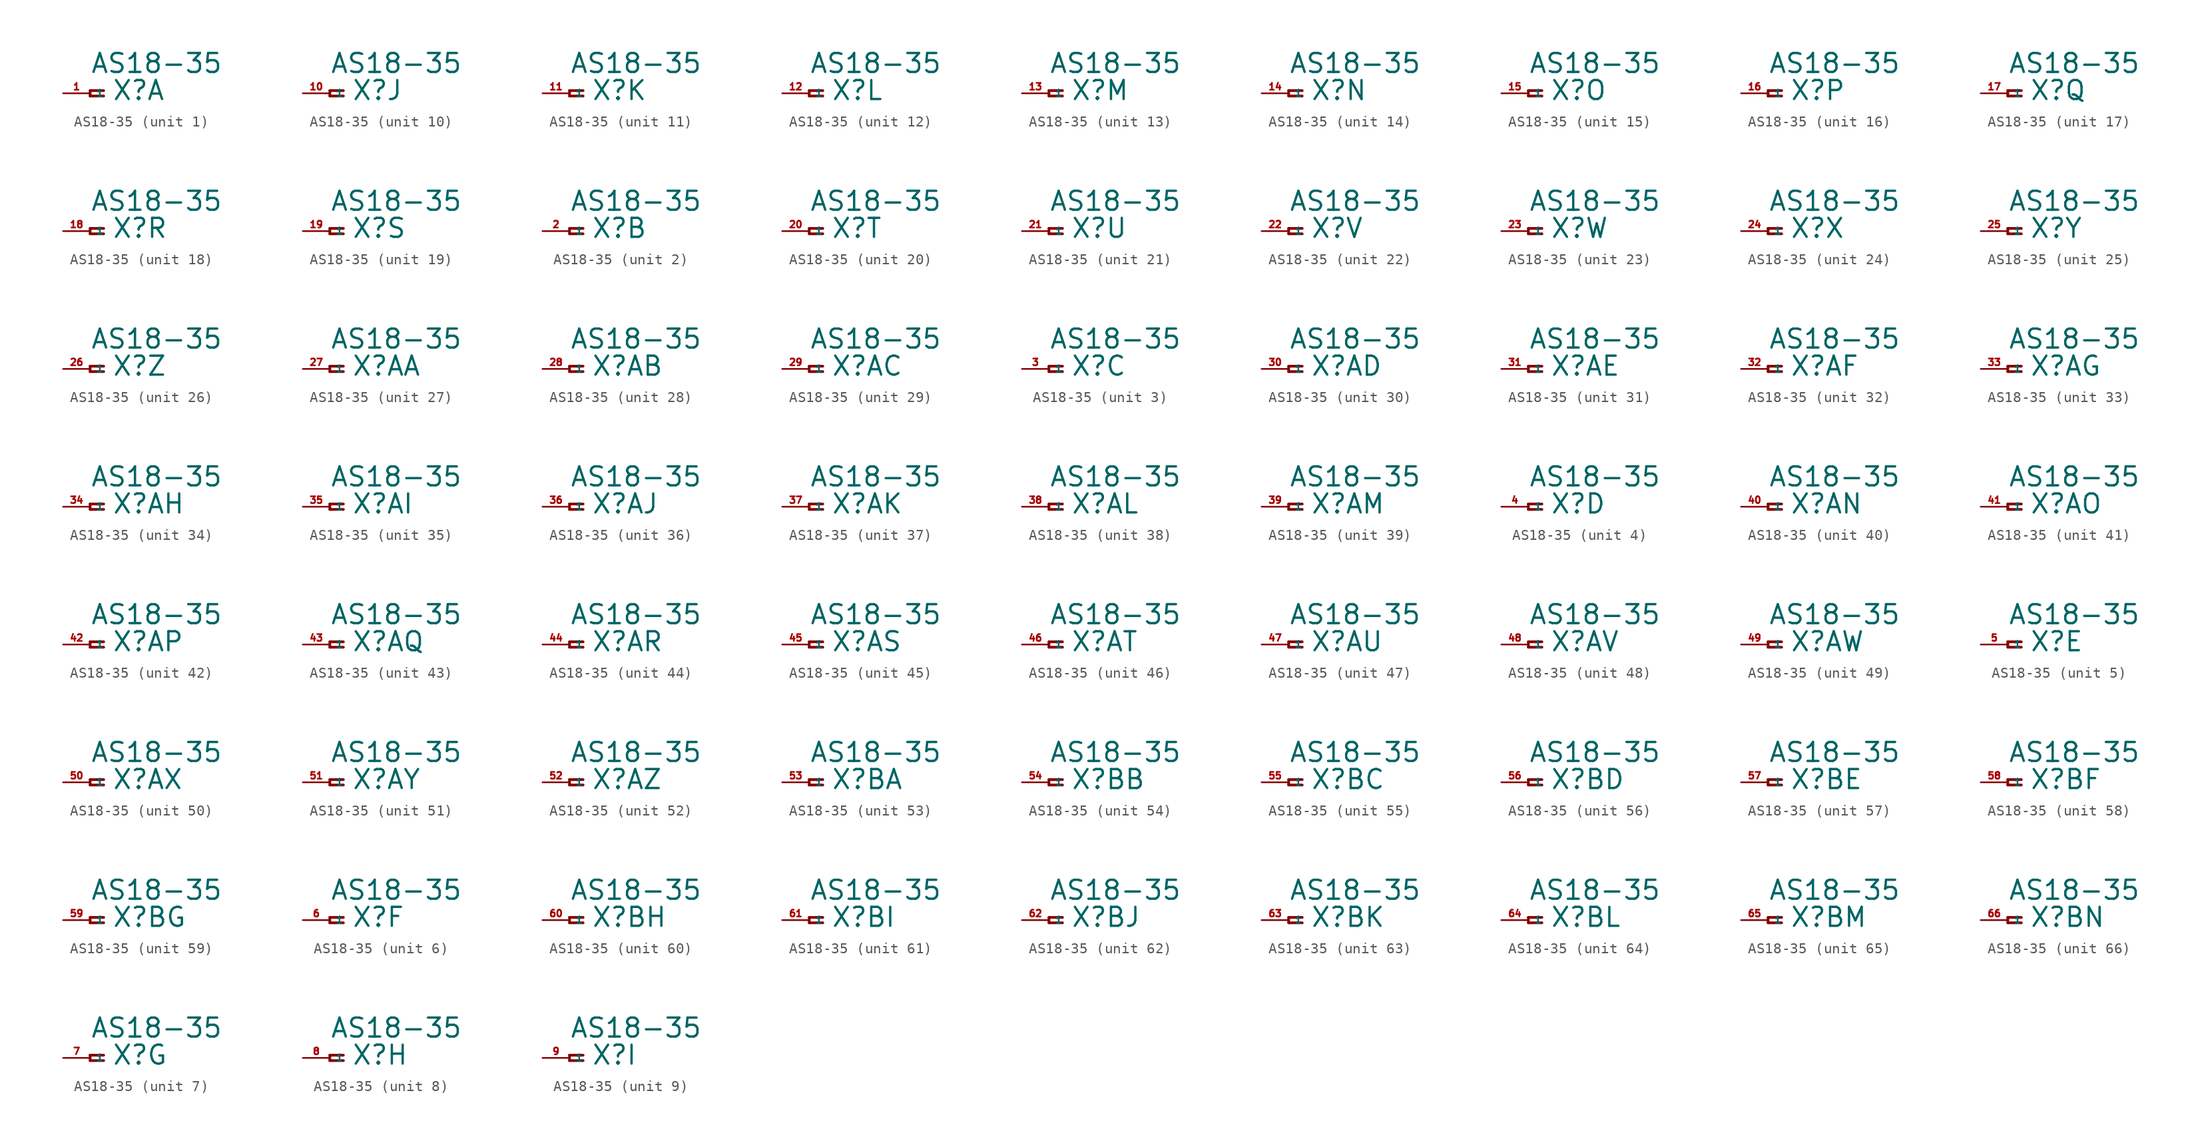
<source format=kicad_sym>
(kicad_symbol_lib
  (version 20220914)
  (generator Eagle2Kicad)
  (symbol "AS18-35"
    (property "Reference" "X"
      (at 2.032 -0.762 0)
      (effects (font (size 1.778 1.778) (thickness 0.22)) (justify left bottom)))
    (property "Value" "AS18-35"
      (at 0 1.778 0)
      (effects (font (size 1.778 1.778) (thickness 0.22)) (justify left bottom)))
    (symbol "AS18-35_1_0"
      (polyline (pts (xy 1.27 0.254) (xy 0 0.254)) (stroke (width 0.254) (type default)) (fill (type none)))
      (polyline (pts (xy 0 0.254) (xy 0 -0.254)) (stroke (width 0.254) (type default)) (fill (type none)))
      (polyline (pts (xy 0 -0.254) (xy 1.27 -0.254)) (stroke (width 0.254) (type default)) (fill (type none)))
      (pin passive line (at -2.54 0 0) (length 2.54) (name "1" (effects (font (size 0.635 0.635) (thickness 0.08)) (justify left bottom))) (number "1" (effects (font (size 0.635 0.635) (thickness 0.08)) (justify left bottom)))))
    (symbol "AS18-35_2_0"
      (polyline (pts (xy 1.27 0.254) (xy 0 0.254)) (stroke (width 0.254) (type default)) (fill (type none)))
      (polyline (pts (xy 0 0.254) (xy 0 -0.254)) (stroke (width 0.254) (type default)) (fill (type none)))
      (polyline (pts (xy 0 -0.254) (xy 1.27 -0.254)) (stroke (width 0.254) (type default)) (fill (type none)))
      (pin passive line (at -2.54 0 0) (length 2.54) (name "1" (effects (font (size 0.635 0.635) (thickness 0.08)) (justify left bottom))) (number "2" (effects (font (size 0.635 0.635) (thickness 0.08)) (justify left bottom)))))
    (symbol "AS18-35_3_0"
      (polyline (pts (xy 1.27 0.254) (xy 0 0.254)) (stroke (width 0.254) (type default)) (fill (type none)))
      (polyline (pts (xy 0 0.254) (xy 0 -0.254)) (stroke (width 0.254) (type default)) (fill (type none)))
      (polyline (pts (xy 0 -0.254) (xy 1.27 -0.254)) (stroke (width 0.254) (type default)) (fill (type none)))
      (pin passive line (at -2.54 0 0) (length 2.54) (name "1" (effects (font (size 0.635 0.635) (thickness 0.08)) (justify left bottom))) (number "3" (effects (font (size 0.635 0.635) (thickness 0.08)) (justify left bottom)))))
    (symbol "AS18-35_4_0"
      (polyline (pts (xy 1.27 0.254) (xy 0 0.254)) (stroke (width 0.254) (type default)) (fill (type none)))
      (polyline (pts (xy 0 0.254) (xy 0 -0.254)) (stroke (width 0.254) (type default)) (fill (type none)))
      (polyline (pts (xy 0 -0.254) (xy 1.27 -0.254)) (stroke (width 0.254) (type default)) (fill (type none)))
      (pin passive line (at -2.54 0 0) (length 2.54) (name "1" (effects (font (size 0.635 0.635) (thickness 0.08)) (justify left bottom))) (number "4" (effects (font (size 0.635 0.635) (thickness 0.08)) (justify left bottom)))))
    (symbol "AS18-35_5_0"
      (polyline (pts (xy 1.27 0.254) (xy 0 0.254)) (stroke (width 0.254) (type default)) (fill (type none)))
      (polyline (pts (xy 0 0.254) (xy 0 -0.254)) (stroke (width 0.254) (type default)) (fill (type none)))
      (polyline (pts (xy 0 -0.254) (xy 1.27 -0.254)) (stroke (width 0.254) (type default)) (fill (type none)))
      (pin passive line (at -2.54 0 0) (length 2.54) (name "1" (effects (font (size 0.635 0.635) (thickness 0.08)) (justify left bottom))) (number "5" (effects (font (size 0.635 0.635) (thickness 0.08)) (justify left bottom)))))
    (symbol "AS18-35_6_0"
      (polyline (pts (xy 1.27 0.254) (xy 0 0.254)) (stroke (width 0.254) (type default)) (fill (type none)))
      (polyline (pts (xy 0 0.254) (xy 0 -0.254)) (stroke (width 0.254) (type default)) (fill (type none)))
      (polyline (pts (xy 0 -0.254) (xy 1.27 -0.254)) (stroke (width 0.254) (type default)) (fill (type none)))
      (pin passive line (at -2.54 0 0) (length 2.54) (name "1" (effects (font (size 0.635 0.635) (thickness 0.08)) (justify left bottom))) (number "6" (effects (font (size 0.635 0.635) (thickness 0.08)) (justify left bottom)))))
    (symbol "AS18-35_7_0"
      (polyline (pts (xy 1.27 0.254) (xy 0 0.254)) (stroke (width 0.254) (type default)) (fill (type none)))
      (polyline (pts (xy 0 0.254) (xy 0 -0.254)) (stroke (width 0.254) (type default)) (fill (type none)))
      (polyline (pts (xy 0 -0.254) (xy 1.27 -0.254)) (stroke (width 0.254) (type default)) (fill (type none)))
      (pin passive line (at -2.54 0 0) (length 2.54) (name "1" (effects (font (size 0.635 0.635) (thickness 0.08)) (justify left bottom))) (number "7" (effects (font (size 0.635 0.635) (thickness 0.08)) (justify left bottom)))))
    (symbol "AS18-35_8_0"
      (polyline (pts (xy 1.27 0.254) (xy 0 0.254)) (stroke (width 0.254) (type default)) (fill (type none)))
      (polyline (pts (xy 0 0.254) (xy 0 -0.254)) (stroke (width 0.254) (type default)) (fill (type none)))
      (polyline (pts (xy 0 -0.254) (xy 1.27 -0.254)) (stroke (width 0.254) (type default)) (fill (type none)))
      (pin passive line (at -2.54 0 0) (length 2.54) (name "1" (effects (font (size 0.635 0.635) (thickness 0.08)) (justify left bottom))) (number "8" (effects (font (size 0.635 0.635) (thickness 0.08)) (justify left bottom)))))
    (symbol "AS18-35_9_0"
      (polyline (pts (xy 1.27 0.254) (xy 0 0.254)) (stroke (width 0.254) (type default)) (fill (type none)))
      (polyline (pts (xy 0 0.254) (xy 0 -0.254)) (stroke (width 0.254) (type default)) (fill (type none)))
      (polyline (pts (xy 0 -0.254) (xy 1.27 -0.254)) (stroke (width 0.254) (type default)) (fill (type none)))
      (pin passive line (at -2.54 0 0) (length 2.54) (name "1" (effects (font (size 0.635 0.635) (thickness 0.08)) (justify left bottom))) (number "9" (effects (font (size 0.635 0.635) (thickness 0.08)) (justify left bottom)))))
    (symbol "AS18-35_10_0"
      (polyline (pts (xy 1.27 0.254) (xy 0 0.254)) (stroke (width 0.254) (type default)) (fill (type none)))
      (polyline (pts (xy 0 0.254) (xy 0 -0.254)) (stroke (width 0.254) (type default)) (fill (type none)))
      (polyline (pts (xy 0 -0.254) (xy 1.27 -0.254)) (stroke (width 0.254) (type default)) (fill (type none)))
      (pin passive line (at -2.54 0 0) (length 2.54) (name "1" (effects (font (size 0.635 0.635) (thickness 0.08)) (justify left bottom))) (number "10" (effects (font (size 0.635 0.635) (thickness 0.08)) (justify left bottom)))))
    (symbol "AS18-35_11_0"
      (polyline (pts (xy 1.27 0.254) (xy 0 0.254)) (stroke (width 0.254) (type default)) (fill (type none)))
      (polyline (pts (xy 0 0.254) (xy 0 -0.254)) (stroke (width 0.254) (type default)) (fill (type none)))
      (polyline (pts (xy 0 -0.254) (xy 1.27 -0.254)) (stroke (width 0.254) (type default)) (fill (type none)))
      (pin passive line (at -2.54 0 0) (length 2.54) (name "1" (effects (font (size 0.635 0.635) (thickness 0.08)) (justify left bottom))) (number "11" (effects (font (size 0.635 0.635) (thickness 0.08)) (justify left bottom)))))
    (symbol "AS18-35_12_0"
      (polyline (pts (xy 1.27 0.254) (xy 0 0.254)) (stroke (width 0.254) (type default)) (fill (type none)))
      (polyline (pts (xy 0 0.254) (xy 0 -0.254)) (stroke (width 0.254) (type default)) (fill (type none)))
      (polyline (pts (xy 0 -0.254) (xy 1.27 -0.254)) (stroke (width 0.254) (type default)) (fill (type none)))
      (pin passive line (at -2.54 0 0) (length 2.54) (name "1" (effects (font (size 0.635 0.635) (thickness 0.08)) (justify left bottom))) (number "12" (effects (font (size 0.635 0.635) (thickness 0.08)) (justify left bottom)))))
    (symbol "AS18-35_13_0"
      (polyline (pts (xy 1.27 0.254) (xy 0 0.254)) (stroke (width 0.254) (type default)) (fill (type none)))
      (polyline (pts (xy 0 0.254) (xy 0 -0.254)) (stroke (width 0.254) (type default)) (fill (type none)))
      (polyline (pts (xy 0 -0.254) (xy 1.27 -0.254)) (stroke (width 0.254) (type default)) (fill (type none)))
      (pin passive line (at -2.54 0 0) (length 2.54) (name "1" (effects (font (size 0.635 0.635) (thickness 0.08)) (justify left bottom))) (number "13" (effects (font (size 0.635 0.635) (thickness 0.08)) (justify left bottom)))))
    (symbol "AS18-35_14_0"
      (polyline (pts (xy 1.27 0.254) (xy 0 0.254)) (stroke (width 0.254) (type default)) (fill (type none)))
      (polyline (pts (xy 0 0.254) (xy 0 -0.254)) (stroke (width 0.254) (type default)) (fill (type none)))
      (polyline (pts (xy 0 -0.254) (xy 1.27 -0.254)) (stroke (width 0.254) (type default)) (fill (type none)))
      (pin passive line (at -2.54 0 0) (length 2.54) (name "1" (effects (font (size 0.635 0.635) (thickness 0.08)) (justify left bottom))) (number "14" (effects (font (size 0.635 0.635) (thickness 0.08)) (justify left bottom)))))
    (symbol "AS18-35_15_0"
      (polyline (pts (xy 1.27 0.254) (xy 0 0.254)) (stroke (width 0.254) (type default)) (fill (type none)))
      (polyline (pts (xy 0 0.254) (xy 0 -0.254)) (stroke (width 0.254) (type default)) (fill (type none)))
      (polyline (pts (xy 0 -0.254) (xy 1.27 -0.254)) (stroke (width 0.254) (type default)) (fill (type none)))
      (pin passive line (at -2.54 0 0) (length 2.54) (name "1" (effects (font (size 0.635 0.635) (thickness 0.08)) (justify left bottom))) (number "15" (effects (font (size 0.635 0.635) (thickness 0.08)) (justify left bottom)))))
    (symbol "AS18-35_16_0"
      (polyline (pts (xy 1.27 0.254) (xy 0 0.254)) (stroke (width 0.254) (type default)) (fill (type none)))
      (polyline (pts (xy 0 0.254) (xy 0 -0.254)) (stroke (width 0.254) (type default)) (fill (type none)))
      (polyline (pts (xy 0 -0.254) (xy 1.27 -0.254)) (stroke (width 0.254) (type default)) (fill (type none)))
      (pin passive line (at -2.54 0 0) (length 2.54) (name "1" (effects (font (size 0.635 0.635) (thickness 0.08)) (justify left bottom))) (number "16" (effects (font (size 0.635 0.635) (thickness 0.08)) (justify left bottom)))))
    (symbol "AS18-35_17_0"
      (polyline (pts (xy 1.27 0.254) (xy 0 0.254)) (stroke (width 0.254) (type default)) (fill (type none)))
      (polyline (pts (xy 0 0.254) (xy 0 -0.254)) (stroke (width 0.254) (type default)) (fill (type none)))
      (polyline (pts (xy 0 -0.254) (xy 1.27 -0.254)) (stroke (width 0.254) (type default)) (fill (type none)))
      (pin passive line (at -2.54 0 0) (length 2.54) (name "1" (effects (font (size 0.635 0.635) (thickness 0.08)) (justify left bottom))) (number "17" (effects (font (size 0.635 0.635) (thickness 0.08)) (justify left bottom)))))
    (symbol "AS18-35_18_0"
      (polyline (pts (xy 1.27 0.254) (xy 0 0.254)) (stroke (width 0.254) (type default)) (fill (type none)))
      (polyline (pts (xy 0 0.254) (xy 0 -0.254)) (stroke (width 0.254) (type default)) (fill (type none)))
      (polyline (pts (xy 0 -0.254) (xy 1.27 -0.254)) (stroke (width 0.254) (type default)) (fill (type none)))
      (pin passive line (at -2.54 0 0) (length 2.54) (name "1" (effects (font (size 0.635 0.635) (thickness 0.08)) (justify left bottom))) (number "18" (effects (font (size 0.635 0.635) (thickness 0.08)) (justify left bottom)))))
    (symbol "AS18-35_19_0"
      (polyline (pts (xy 1.27 0.254) (xy 0 0.254)) (stroke (width 0.254) (type default)) (fill (type none)))
      (polyline (pts (xy 0 0.254) (xy 0 -0.254)) (stroke (width 0.254) (type default)) (fill (type none)))
      (polyline (pts (xy 0 -0.254) (xy 1.27 -0.254)) (stroke (width 0.254) (type default)) (fill (type none)))
      (pin passive line (at -2.54 0 0) (length 2.54) (name "1" (effects (font (size 0.635 0.635) (thickness 0.08)) (justify left bottom))) (number "19" (effects (font (size 0.635 0.635) (thickness 0.08)) (justify left bottom)))))
    (symbol "AS18-35_20_0"
      (polyline (pts (xy 1.27 0.254) (xy 0 0.254)) (stroke (width 0.254) (type default)) (fill (type none)))
      (polyline (pts (xy 0 0.254) (xy 0 -0.254)) (stroke (width 0.254) (type default)) (fill (type none)))
      (polyline (pts (xy 0 -0.254) (xy 1.27 -0.254)) (stroke (width 0.254) (type default)) (fill (type none)))
      (pin passive line (at -2.54 0 0) (length 2.54) (name "1" (effects (font (size 0.635 0.635) (thickness 0.08)) (justify left bottom))) (number "20" (effects (font (size 0.635 0.635) (thickness 0.08)) (justify left bottom)))))
    (symbol "AS18-35_21_0"
      (polyline (pts (xy 1.27 0.254) (xy 0 0.254)) (stroke (width 0.254) (type default)) (fill (type none)))
      (polyline (pts (xy 0 0.254) (xy 0 -0.254)) (stroke (width 0.254) (type default)) (fill (type none)))
      (polyline (pts (xy 0 -0.254) (xy 1.27 -0.254)) (stroke (width 0.254) (type default)) (fill (type none)))
      (pin passive line (at -2.54 0 0) (length 2.54) (name "1" (effects (font (size 0.635 0.635) (thickness 0.08)) (justify left bottom))) (number "21" (effects (font (size 0.635 0.635) (thickness 0.08)) (justify left bottom)))))
    (symbol "AS18-35_22_0"
      (polyline (pts (xy 1.27 0.254) (xy 0 0.254)) (stroke (width 0.254) (type default)) (fill (type none)))
      (polyline (pts (xy 0 0.254) (xy 0 -0.254)) (stroke (width 0.254) (type default)) (fill (type none)))
      (polyline (pts (xy 0 -0.254) (xy 1.27 -0.254)) (stroke (width 0.254) (type default)) (fill (type none)))
      (pin passive line (at -2.54 0 0) (length 2.54) (name "1" (effects (font (size 0.635 0.635) (thickness 0.08)) (justify left bottom))) (number "22" (effects (font (size 0.635 0.635) (thickness 0.08)) (justify left bottom)))))
    (symbol "AS18-35_23_0"
      (polyline (pts (xy 1.27 0.254) (xy 0 0.254)) (stroke (width 0.254) (type default)) (fill (type none)))
      (polyline (pts (xy 0 0.254) (xy 0 -0.254)) (stroke (width 0.254) (type default)) (fill (type none)))
      (polyline (pts (xy 0 -0.254) (xy 1.27 -0.254)) (stroke (width 0.254) (type default)) (fill (type none)))
      (pin passive line (at -2.54 0 0) (length 2.54) (name "1" (effects (font (size 0.635 0.635) (thickness 0.08)) (justify left bottom))) (number "23" (effects (font (size 0.635 0.635) (thickness 0.08)) (justify left bottom)))))
    (symbol "AS18-35_24_0"
      (polyline (pts (xy 1.27 0.254) (xy 0 0.254)) (stroke (width 0.254) (type default)) (fill (type none)))
      (polyline (pts (xy 0 0.254) (xy 0 -0.254)) (stroke (width 0.254) (type default)) (fill (type none)))
      (polyline (pts (xy 0 -0.254) (xy 1.27 -0.254)) (stroke (width 0.254) (type default)) (fill (type none)))
      (pin passive line (at -2.54 0 0) (length 2.54) (name "1" (effects (font (size 0.635 0.635) (thickness 0.08)) (justify left bottom))) (number "24" (effects (font (size 0.635 0.635) (thickness 0.08)) (justify left bottom)))))
    (symbol "AS18-35_25_0"
      (polyline (pts (xy 1.27 0.254) (xy 0 0.254)) (stroke (width 0.254) (type default)) (fill (type none)))
      (polyline (pts (xy 0 0.254) (xy 0 -0.254)) (stroke (width 0.254) (type default)) (fill (type none)))
      (polyline (pts (xy 0 -0.254) (xy 1.27 -0.254)) (stroke (width 0.254) (type default)) (fill (type none)))
      (pin passive line (at -2.54 0 0) (length 2.54) (name "1" (effects (font (size 0.635 0.635) (thickness 0.08)) (justify left bottom))) (number "25" (effects (font (size 0.635 0.635) (thickness 0.08)) (justify left bottom)))))
    (symbol "AS18-35_26_0"
      (polyline (pts (xy 1.27 0.254) (xy 0 0.254)) (stroke (width 0.254) (type default)) (fill (type none)))
      (polyline (pts (xy 0 0.254) (xy 0 -0.254)) (stroke (width 0.254) (type default)) (fill (type none)))
      (polyline (pts (xy 0 -0.254) (xy 1.27 -0.254)) (stroke (width 0.254) (type default)) (fill (type none)))
      (pin passive line (at -2.54 0 0) (length 2.54) (name "1" (effects (font (size 0.635 0.635) (thickness 0.08)) (justify left bottom))) (number "26" (effects (font (size 0.635 0.635) (thickness 0.08)) (justify left bottom)))))
    (symbol "AS18-35_27_0"
      (polyline (pts (xy 1.27 0.254) (xy 0 0.254)) (stroke (width 0.254) (type default)) (fill (type none)))
      (polyline (pts (xy 0 0.254) (xy 0 -0.254)) (stroke (width 0.254) (type default)) (fill (type none)))
      (polyline (pts (xy 0 -0.254) (xy 1.27 -0.254)) (stroke (width 0.254) (type default)) (fill (type none)))
      (pin passive line (at -2.54 0 0) (length 2.54) (name "1" (effects (font (size 0.635 0.635) (thickness 0.08)) (justify left bottom))) (number "27" (effects (font (size 0.635 0.635) (thickness 0.08)) (justify left bottom)))))
    (symbol "AS18-35_28_0"
      (polyline (pts (xy 1.27 0.254) (xy 0 0.254)) (stroke (width 0.254) (type default)) (fill (type none)))
      (polyline (pts (xy 0 0.254) (xy 0 -0.254)) (stroke (width 0.254) (type default)) (fill (type none)))
      (polyline (pts (xy 0 -0.254) (xy 1.27 -0.254)) (stroke (width 0.254) (type default)) (fill (type none)))
      (pin passive line (at -2.54 0 0) (length 2.54) (name "1" (effects (font (size 0.635 0.635) (thickness 0.08)) (justify left bottom))) (number "28" (effects (font (size 0.635 0.635) (thickness 0.08)) (justify left bottom)))))
    (symbol "AS18-35_29_0"
      (polyline (pts (xy 1.27 0.254) (xy 0 0.254)) (stroke (width 0.254) (type default)) (fill (type none)))
      (polyline (pts (xy 0 0.254) (xy 0 -0.254)) (stroke (width 0.254) (type default)) (fill (type none)))
      (polyline (pts (xy 0 -0.254) (xy 1.27 -0.254)) (stroke (width 0.254) (type default)) (fill (type none)))
      (pin passive line (at -2.54 0 0) (length 2.54) (name "1" (effects (font (size 0.635 0.635) (thickness 0.08)) (justify left bottom))) (number "29" (effects (font (size 0.635 0.635) (thickness 0.08)) (justify left bottom)))))
    (symbol "AS18-35_30_0"
      (polyline (pts (xy 1.27 0.254) (xy 0 0.254)) (stroke (width 0.254) (type default)) (fill (type none)))
      (polyline (pts (xy 0 0.254) (xy 0 -0.254)) (stroke (width 0.254) (type default)) (fill (type none)))
      (polyline (pts (xy 0 -0.254) (xy 1.27 -0.254)) (stroke (width 0.254) (type default)) (fill (type none)))
      (pin passive line (at -2.54 0 0) (length 2.54) (name "1" (effects (font (size 0.635 0.635) (thickness 0.08)) (justify left bottom))) (number "30" (effects (font (size 0.635 0.635) (thickness 0.08)) (justify left bottom)))))
    (symbol "AS18-35_31_0"
      (polyline (pts (xy 1.27 0.254) (xy 0 0.254)) (stroke (width 0.254) (type default)) (fill (type none)))
      (polyline (pts (xy 0 0.254) (xy 0 -0.254)) (stroke (width 0.254) (type default)) (fill (type none)))
      (polyline (pts (xy 0 -0.254) (xy 1.27 -0.254)) (stroke (width 0.254) (type default)) (fill (type none)))
      (pin passive line (at -2.54 0 0) (length 2.54) (name "1" (effects (font (size 0.635 0.635) (thickness 0.08)) (justify left bottom))) (number "31" (effects (font (size 0.635 0.635) (thickness 0.08)) (justify left bottom)))))
    (symbol "AS18-35_32_0"
      (polyline (pts (xy 1.27 0.254) (xy 0 0.254)) (stroke (width 0.254) (type default)) (fill (type none)))
      (polyline (pts (xy 0 0.254) (xy 0 -0.254)) (stroke (width 0.254) (type default)) (fill (type none)))
      (polyline (pts (xy 0 -0.254) (xy 1.27 -0.254)) (stroke (width 0.254) (type default)) (fill (type none)))
      (pin passive line (at -2.54 0 0) (length 2.54) (name "1" (effects (font (size 0.635 0.635) (thickness 0.08)) (justify left bottom))) (number "32" (effects (font (size 0.635 0.635) (thickness 0.08)) (justify left bottom)))))
    (symbol "AS18-35_33_0"
      (polyline (pts (xy 1.27 0.254) (xy 0 0.254)) (stroke (width 0.254) (type default)) (fill (type none)))
      (polyline (pts (xy 0 0.254) (xy 0 -0.254)) (stroke (width 0.254) (type default)) (fill (type none)))
      (polyline (pts (xy 0 -0.254) (xy 1.27 -0.254)) (stroke (width 0.254) (type default)) (fill (type none)))
      (pin passive line (at -2.54 0 0) (length 2.54) (name "1" (effects (font (size 0.635 0.635) (thickness 0.08)) (justify left bottom))) (number "33" (effects (font (size 0.635 0.635) (thickness 0.08)) (justify left bottom)))))
    (symbol "AS18-35_34_0"
      (polyline (pts (xy 1.27 0.254) (xy 0 0.254)) (stroke (width 0.254) (type default)) (fill (type none)))
      (polyline (pts (xy 0 0.254) (xy 0 -0.254)) (stroke (width 0.254) (type default)) (fill (type none)))
      (polyline (pts (xy 0 -0.254) (xy 1.27 -0.254)) (stroke (width 0.254) (type default)) (fill (type none)))
      (pin passive line (at -2.54 0 0) (length 2.54) (name "1" (effects (font (size 0.635 0.635) (thickness 0.08)) (justify left bottom))) (number "34" (effects (font (size 0.635 0.635) (thickness 0.08)) (justify left bottom)))))
    (symbol "AS18-35_35_0"
      (polyline (pts (xy 1.27 0.254) (xy 0 0.254)) (stroke (width 0.254) (type default)) (fill (type none)))
      (polyline (pts (xy 0 0.254) (xy 0 -0.254)) (stroke (width 0.254) (type default)) (fill (type none)))
      (polyline (pts (xy 0 -0.254) (xy 1.27 -0.254)) (stroke (width 0.254) (type default)) (fill (type none)))
      (pin passive line (at -2.54 0 0) (length 2.54) (name "1" (effects (font (size 0.635 0.635) (thickness 0.08)) (justify left bottom))) (number "35" (effects (font (size 0.635 0.635) (thickness 0.08)) (justify left bottom)))))
    (symbol "AS18-35_36_0"
      (polyline (pts (xy 1.27 0.254) (xy 0 0.254)) (stroke (width 0.254) (type default)) (fill (type none)))
      (polyline (pts (xy 0 0.254) (xy 0 -0.254)) (stroke (width 0.254) (type default)) (fill (type none)))
      (polyline (pts (xy 0 -0.254) (xy 1.27 -0.254)) (stroke (width 0.254) (type default)) (fill (type none)))
      (pin passive line (at -2.54 0 0) (length 2.54) (name "1" (effects (font (size 0.635 0.635) (thickness 0.08)) (justify left bottom))) (number "36" (effects (font (size 0.635 0.635) (thickness 0.08)) (justify left bottom)))))
    (symbol "AS18-35_37_0"
      (polyline (pts (xy 1.27 0.254) (xy 0 0.254)) (stroke (width 0.254) (type default)) (fill (type none)))
      (polyline (pts (xy 0 0.254) (xy 0 -0.254)) (stroke (width 0.254) (type default)) (fill (type none)))
      (polyline (pts (xy 0 -0.254) (xy 1.27 -0.254)) (stroke (width 0.254) (type default)) (fill (type none)))
      (pin passive line (at -2.54 0 0) (length 2.54) (name "1" (effects (font (size 0.635 0.635) (thickness 0.08)) (justify left bottom))) (number "37" (effects (font (size 0.635 0.635) (thickness 0.08)) (justify left bottom)))))
    (symbol "AS18-35_38_0"
      (polyline (pts (xy 1.27 0.254) (xy 0 0.254)) (stroke (width 0.254) (type default)) (fill (type none)))
      (polyline (pts (xy 0 0.254) (xy 0 -0.254)) (stroke (width 0.254) (type default)) (fill (type none)))
      (polyline (pts (xy 0 -0.254) (xy 1.27 -0.254)) (stroke (width 0.254) (type default)) (fill (type none)))
      (pin passive line (at -2.54 0 0) (length 2.54) (name "1" (effects (font (size 0.635 0.635) (thickness 0.08)) (justify left bottom))) (number "38" (effects (font (size 0.635 0.635) (thickness 0.08)) (justify left bottom)))))
    (symbol "AS18-35_39_0"
      (polyline (pts (xy 1.27 0.254) (xy 0 0.254)) (stroke (width 0.254) (type default)) (fill (type none)))
      (polyline (pts (xy 0 0.254) (xy 0 -0.254)) (stroke (width 0.254) (type default)) (fill (type none)))
      (polyline (pts (xy 0 -0.254) (xy 1.27 -0.254)) (stroke (width 0.254) (type default)) (fill (type none)))
      (pin passive line (at -2.54 0 0) (length 2.54) (name "1" (effects (font (size 0.635 0.635) (thickness 0.08)) (justify left bottom))) (number "39" (effects (font (size 0.635 0.635) (thickness 0.08)) (justify left bottom)))))
    (symbol "AS18-35_40_0"
      (polyline (pts (xy 1.27 0.254) (xy 0 0.254)) (stroke (width 0.254) (type default)) (fill (type none)))
      (polyline (pts (xy 0 0.254) (xy 0 -0.254)) (stroke (width 0.254) (type default)) (fill (type none)))
      (polyline (pts (xy 0 -0.254) (xy 1.27 -0.254)) (stroke (width 0.254) (type default)) (fill (type none)))
      (pin passive line (at -2.54 0 0) (length 2.54) (name "1" (effects (font (size 0.635 0.635) (thickness 0.08)) (justify left bottom))) (number "40" (effects (font (size 0.635 0.635) (thickness 0.08)) (justify left bottom)))))
    (symbol "AS18-35_41_0"
      (polyline (pts (xy 1.27 0.254) (xy 0 0.254)) (stroke (width 0.254) (type default)) (fill (type none)))
      (polyline (pts (xy 0 0.254) (xy 0 -0.254)) (stroke (width 0.254) (type default)) (fill (type none)))
      (polyline (pts (xy 0 -0.254) (xy 1.27 -0.254)) (stroke (width 0.254) (type default)) (fill (type none)))
      (pin passive line (at -2.54 0 0) (length 2.54) (name "1" (effects (font (size 0.635 0.635) (thickness 0.08)) (justify left bottom))) (number "41" (effects (font (size 0.635 0.635) (thickness 0.08)) (justify left bottom)))))
    (symbol "AS18-35_42_0"
      (polyline (pts (xy 1.27 0.254) (xy 0 0.254)) (stroke (width 0.254) (type default)) (fill (type none)))
      (polyline (pts (xy 0 0.254) (xy 0 -0.254)) (stroke (width 0.254) (type default)) (fill (type none)))
      (polyline (pts (xy 0 -0.254) (xy 1.27 -0.254)) (stroke (width 0.254) (type default)) (fill (type none)))
      (pin passive line (at -2.54 0 0) (length 2.54) (name "1" (effects (font (size 0.635 0.635) (thickness 0.08)) (justify left bottom))) (number "42" (effects (font (size 0.635 0.635) (thickness 0.08)) (justify left bottom)))))
    (symbol "AS18-35_43_0"
      (polyline (pts (xy 1.27 0.254) (xy 0 0.254)) (stroke (width 0.254) (type default)) (fill (type none)))
      (polyline (pts (xy 0 0.254) (xy 0 -0.254)) (stroke (width 0.254) (type default)) (fill (type none)))
      (polyline (pts (xy 0 -0.254) (xy 1.27 -0.254)) (stroke (width 0.254) (type default)) (fill (type none)))
      (pin passive line (at -2.54 0 0) (length 2.54) (name "1" (effects (font (size 0.635 0.635) (thickness 0.08)) (justify left bottom))) (number "43" (effects (font (size 0.635 0.635) (thickness 0.08)) (justify left bottom)))))
    (symbol "AS18-35_44_0"
      (polyline (pts (xy 1.27 0.254) (xy 0 0.254)) (stroke (width 0.254) (type default)) (fill (type none)))
      (polyline (pts (xy 0 0.254) (xy 0 -0.254)) (stroke (width 0.254) (type default)) (fill (type none)))
      (polyline (pts (xy 0 -0.254) (xy 1.27 -0.254)) (stroke (width 0.254) (type default)) (fill (type none)))
      (pin passive line (at -2.54 0 0) (length 2.54) (name "1" (effects (font (size 0.635 0.635) (thickness 0.08)) (justify left bottom))) (number "44" (effects (font (size 0.635 0.635) (thickness 0.08)) (justify left bottom)))))
    (symbol "AS18-35_45_0"
      (polyline (pts (xy 1.27 0.254) (xy 0 0.254)) (stroke (width 0.254) (type default)) (fill (type none)))
      (polyline (pts (xy 0 0.254) (xy 0 -0.254)) (stroke (width 0.254) (type default)) (fill (type none)))
      (polyline (pts (xy 0 -0.254) (xy 1.27 -0.254)) (stroke (width 0.254) (type default)) (fill (type none)))
      (pin passive line (at -2.54 0 0) (length 2.54) (name "1" (effects (font (size 0.635 0.635) (thickness 0.08)) (justify left bottom))) (number "45" (effects (font (size 0.635 0.635) (thickness 0.08)) (justify left bottom)))))
    (symbol "AS18-35_46_0"
      (polyline (pts (xy 1.27 0.254) (xy 0 0.254)) (stroke (width 0.254) (type default)) (fill (type none)))
      (polyline (pts (xy 0 0.254) (xy 0 -0.254)) (stroke (width 0.254) (type default)) (fill (type none)))
      (polyline (pts (xy 0 -0.254) (xy 1.27 -0.254)) (stroke (width 0.254) (type default)) (fill (type none)))
      (pin passive line (at -2.54 0 0) (length 2.54) (name "1" (effects (font (size 0.635 0.635) (thickness 0.08)) (justify left bottom))) (number "46" (effects (font (size 0.635 0.635) (thickness 0.08)) (justify left bottom)))))
    (symbol "AS18-35_47_0"
      (polyline (pts (xy 1.27 0.254) (xy 0 0.254)) (stroke (width 0.254) (type default)) (fill (type none)))
      (polyline (pts (xy 0 0.254) (xy 0 -0.254)) (stroke (width 0.254) (type default)) (fill (type none)))
      (polyline (pts (xy 0 -0.254) (xy 1.27 -0.254)) (stroke (width 0.254) (type default)) (fill (type none)))
      (pin passive line (at -2.54 0 0) (length 2.54) (name "1" (effects (font (size 0.635 0.635) (thickness 0.08)) (justify left bottom))) (number "47" (effects (font (size 0.635 0.635) (thickness 0.08)) (justify left bottom)))))
    (symbol "AS18-35_48_0"
      (polyline (pts (xy 1.27 0.254) (xy 0 0.254)) (stroke (width 0.254) (type default)) (fill (type none)))
      (polyline (pts (xy 0 0.254) (xy 0 -0.254)) (stroke (width 0.254) (type default)) (fill (type none)))
      (polyline (pts (xy 0 -0.254) (xy 1.27 -0.254)) (stroke (width 0.254) (type default)) (fill (type none)))
      (pin passive line (at -2.54 0 0) (length 2.54) (name "1" (effects (font (size 0.635 0.635) (thickness 0.08)) (justify left bottom))) (number "48" (effects (font (size 0.635 0.635) (thickness 0.08)) (justify left bottom)))))
    (symbol "AS18-35_49_0"
      (polyline (pts (xy 1.27 0.254) (xy 0 0.254)) (stroke (width 0.254) (type default)) (fill (type none)))
      (polyline (pts (xy 0 0.254) (xy 0 -0.254)) (stroke (width 0.254) (type default)) (fill (type none)))
      (polyline (pts (xy 0 -0.254) (xy 1.27 -0.254)) (stroke (width 0.254) (type default)) (fill (type none)))
      (pin passive line (at -2.54 0 0) (length 2.54) (name "1" (effects (font (size 0.635 0.635) (thickness 0.08)) (justify left bottom))) (number "49" (effects (font (size 0.635 0.635) (thickness 0.08)) (justify left bottom)))))
    (symbol "AS18-35_50_0"
      (polyline (pts (xy 1.27 0.254) (xy 0 0.254)) (stroke (width 0.254) (type default)) (fill (type none)))
      (polyline (pts (xy 0 0.254) (xy 0 -0.254)) (stroke (width 0.254) (type default)) (fill (type none)))
      (polyline (pts (xy 0 -0.254) (xy 1.27 -0.254)) (stroke (width 0.254) (type default)) (fill (type none)))
      (pin passive line (at -2.54 0 0) (length 2.54) (name "1" (effects (font (size 0.635 0.635) (thickness 0.08)) (justify left bottom))) (number "50" (effects (font (size 0.635 0.635) (thickness 0.08)) (justify left bottom)))))
    (symbol "AS18-35_51_0"
      (polyline (pts (xy 1.27 0.254) (xy 0 0.254)) (stroke (width 0.254) (type default)) (fill (type none)))
      (polyline (pts (xy 0 0.254) (xy 0 -0.254)) (stroke (width 0.254) (type default)) (fill (type none)))
      (polyline (pts (xy 0 -0.254) (xy 1.27 -0.254)) (stroke (width 0.254) (type default)) (fill (type none)))
      (pin passive line (at -2.54 0 0) (length 2.54) (name "1" (effects (font (size 0.635 0.635) (thickness 0.08)) (justify left bottom))) (number "51" (effects (font (size 0.635 0.635) (thickness 0.08)) (justify left bottom)))))
    (symbol "AS18-35_52_0"
      (polyline (pts (xy 1.27 0.254) (xy 0 0.254)) (stroke (width 0.254) (type default)) (fill (type none)))
      (polyline (pts (xy 0 0.254) (xy 0 -0.254)) (stroke (width 0.254) (type default)) (fill (type none)))
      (polyline (pts (xy 0 -0.254) (xy 1.27 -0.254)) (stroke (width 0.254) (type default)) (fill (type none)))
      (pin passive line (at -2.54 0 0) (length 2.54) (name "1" (effects (font (size 0.635 0.635) (thickness 0.08)) (justify left bottom))) (number "52" (effects (font (size 0.635 0.635) (thickness 0.08)) (justify left bottom)))))
    (symbol "AS18-35_53_0"
      (polyline (pts (xy 1.27 0.254) (xy 0 0.254)) (stroke (width 0.254) (type default)) (fill (type none)))
      (polyline (pts (xy 0 0.254) (xy 0 -0.254)) (stroke (width 0.254) (type default)) (fill (type none)))
      (polyline (pts (xy 0 -0.254) (xy 1.27 -0.254)) (stroke (width 0.254) (type default)) (fill (type none)))
      (pin passive line (at -2.54 0 0) (length 2.54) (name "1" (effects (font (size 0.635 0.635) (thickness 0.08)) (justify left bottom))) (number "53" (effects (font (size 0.635 0.635) (thickness 0.08)) (justify left bottom)))))
    (symbol "AS18-35_54_0"
      (polyline (pts (xy 1.27 0.254) (xy 0 0.254)) (stroke (width 0.254) (type default)) (fill (type none)))
      (polyline (pts (xy 0 0.254) (xy 0 -0.254)) (stroke (width 0.254) (type default)) (fill (type none)))
      (polyline (pts (xy 0 -0.254) (xy 1.27 -0.254)) (stroke (width 0.254) (type default)) (fill (type none)))
      (pin passive line (at -2.54 0 0) (length 2.54) (name "1" (effects (font (size 0.635 0.635) (thickness 0.08)) (justify left bottom))) (number "54" (effects (font (size 0.635 0.635) (thickness 0.08)) (justify left bottom)))))
    (symbol "AS18-35_55_0"
      (polyline (pts (xy 1.27 0.254) (xy 0 0.254)) (stroke (width 0.254) (type default)) (fill (type none)))
      (polyline (pts (xy 0 0.254) (xy 0 -0.254)) (stroke (width 0.254) (type default)) (fill (type none)))
      (polyline (pts (xy 0 -0.254) (xy 1.27 -0.254)) (stroke (width 0.254) (type default)) (fill (type none)))
      (pin passive line (at -2.54 0 0) (length 2.54) (name "1" (effects (font (size 0.635 0.635) (thickness 0.08)) (justify left bottom))) (number "55" (effects (font (size 0.635 0.635) (thickness 0.08)) (justify left bottom)))))
    (symbol "AS18-35_56_0"
      (polyline (pts (xy 1.27 0.254) (xy 0 0.254)) (stroke (width 0.254) (type default)) (fill (type none)))
      (polyline (pts (xy 0 0.254) (xy 0 -0.254)) (stroke (width 0.254) (type default)) (fill (type none)))
      (polyline (pts (xy 0 -0.254) (xy 1.27 -0.254)) (stroke (width 0.254) (type default)) (fill (type none)))
      (pin passive line (at -2.54 0 0) (length 2.54) (name "1" (effects (font (size 0.635 0.635) (thickness 0.08)) (justify left bottom))) (number "56" (effects (font (size 0.635 0.635) (thickness 0.08)) (justify left bottom)))))
    (symbol "AS18-35_57_0"
      (polyline (pts (xy 1.27 0.254) (xy 0 0.254)) (stroke (width 0.254) (type default)) (fill (type none)))
      (polyline (pts (xy 0 0.254) (xy 0 -0.254)) (stroke (width 0.254) (type default)) (fill (type none)))
      (polyline (pts (xy 0 -0.254) (xy 1.27 -0.254)) (stroke (width 0.254) (type default)) (fill (type none)))
      (pin passive line (at -2.54 0 0) (length 2.54) (name "1" (effects (font (size 0.635 0.635) (thickness 0.08)) (justify left bottom))) (number "57" (effects (font (size 0.635 0.635) (thickness 0.08)) (justify left bottom)))))
    (symbol "AS18-35_58_0"
      (polyline (pts (xy 1.27 0.254) (xy 0 0.254)) (stroke (width 0.254) (type default)) (fill (type none)))
      (polyline (pts (xy 0 0.254) (xy 0 -0.254)) (stroke (width 0.254) (type default)) (fill (type none)))
      (polyline (pts (xy 0 -0.254) (xy 1.27 -0.254)) (stroke (width 0.254) (type default)) (fill (type none)))
      (pin passive line (at -2.54 0 0) (length 2.54) (name "1" (effects (font (size 0.635 0.635) (thickness 0.08)) (justify left bottom))) (number "58" (effects (font (size 0.635 0.635) (thickness 0.08)) (justify left bottom)))))
    (symbol "AS18-35_59_0"
      (polyline (pts (xy 1.27 0.254) (xy 0 0.254)) (stroke (width 0.254) (type default)) (fill (type none)))
      (polyline (pts (xy 0 0.254) (xy 0 -0.254)) (stroke (width 0.254) (type default)) (fill (type none)))
      (polyline (pts (xy 0 -0.254) (xy 1.27 -0.254)) (stroke (width 0.254) (type default)) (fill (type none)))
      (pin passive line (at -2.54 0 0) (length 2.54) (name "1" (effects (font (size 0.635 0.635) (thickness 0.08)) (justify left bottom))) (number "59" (effects (font (size 0.635 0.635) (thickness 0.08)) (justify left bottom)))))
    (symbol "AS18-35_60_0"
      (polyline (pts (xy 1.27 0.254) (xy 0 0.254)) (stroke (width 0.254) (type default)) (fill (type none)))
      (polyline (pts (xy 0 0.254) (xy 0 -0.254)) (stroke (width 0.254) (type default)) (fill (type none)))
      (polyline (pts (xy 0 -0.254) (xy 1.27 -0.254)) (stroke (width 0.254) (type default)) (fill (type none)))
      (pin passive line (at -2.54 0 0) (length 2.54) (name "1" (effects (font (size 0.635 0.635) (thickness 0.08)) (justify left bottom))) (number "60" (effects (font (size 0.635 0.635) (thickness 0.08)) (justify left bottom)))))
    (symbol "AS18-35_61_0"
      (polyline (pts (xy 1.27 0.254) (xy 0 0.254)) (stroke (width 0.254) (type default)) (fill (type none)))
      (polyline (pts (xy 0 0.254) (xy 0 -0.254)) (stroke (width 0.254) (type default)) (fill (type none)))
      (polyline (pts (xy 0 -0.254) (xy 1.27 -0.254)) (stroke (width 0.254) (type default)) (fill (type none)))
      (pin passive line (at -2.54 0 0) (length 2.54) (name "1" (effects (font (size 0.635 0.635) (thickness 0.08)) (justify left bottom))) (number "61" (effects (font (size 0.635 0.635) (thickness 0.08)) (justify left bottom)))))
    (symbol "AS18-35_62_0"
      (polyline (pts (xy 1.27 0.254) (xy 0 0.254)) (stroke (width 0.254) (type default)) (fill (type none)))
      (polyline (pts (xy 0 0.254) (xy 0 -0.254)) (stroke (width 0.254) (type default)) (fill (type none)))
      (polyline (pts (xy 0 -0.254) (xy 1.27 -0.254)) (stroke (width 0.254) (type default)) (fill (type none)))
      (pin passive line (at -2.54 0 0) (length 2.54) (name "1" (effects (font (size 0.635 0.635) (thickness 0.08)) (justify left bottom))) (number "62" (effects (font (size 0.635 0.635) (thickness 0.08)) (justify left bottom)))))
    (symbol "AS18-35_63_0"
      (polyline (pts (xy 1.27 0.254) (xy 0 0.254)) (stroke (width 0.254) (type default)) (fill (type none)))
      (polyline (pts (xy 0 0.254) (xy 0 -0.254)) (stroke (width 0.254) (type default)) (fill (type none)))
      (polyline (pts (xy 0 -0.254) (xy 1.27 -0.254)) (stroke (width 0.254) (type default)) (fill (type none)))
      (pin passive line (at -2.54 0 0) (length 2.54) (name "1" (effects (font (size 0.635 0.635) (thickness 0.08)) (justify left bottom))) (number "63" (effects (font (size 0.635 0.635) (thickness 0.08)) (justify left bottom)))))
    (symbol "AS18-35_64_0"
      (polyline (pts (xy 1.27 0.254) (xy 0 0.254)) (stroke (width 0.254) (type default)) (fill (type none)))
      (polyline (pts (xy 0 0.254) (xy 0 -0.254)) (stroke (width 0.254) (type default)) (fill (type none)))
      (polyline (pts (xy 0 -0.254) (xy 1.27 -0.254)) (stroke (width 0.254) (type default)) (fill (type none)))
      (pin passive line (at -2.54 0 0) (length 2.54) (name "1" (effects (font (size 0.635 0.635) (thickness 0.08)) (justify left bottom))) (number "64" (effects (font (size 0.635 0.635) (thickness 0.08)) (justify left bottom)))))
    (symbol "AS18-35_65_0"
      (polyline (pts (xy 1.27 0.254) (xy 0 0.254)) (stroke (width 0.254) (type default)) (fill (type none)))
      (polyline (pts (xy 0 0.254) (xy 0 -0.254)) (stroke (width 0.254) (type default)) (fill (type none)))
      (polyline (pts (xy 0 -0.254) (xy 1.27 -0.254)) (stroke (width 0.254) (type default)) (fill (type none)))
      (pin passive line (at -2.54 0 0) (length 2.54) (name "1" (effects (font (size 0.635 0.635) (thickness 0.08)) (justify left bottom))) (number "65" (effects (font (size 0.635 0.635) (thickness 0.08)) (justify left bottom)))))
    (symbol "AS18-35_66_0"
      (polyline (pts (xy 1.27 0.254) (xy 0 0.254)) (stroke (width 0.254) (type default)) (fill (type none)))
      (polyline (pts (xy 0 0.254) (xy 0 -0.254)) (stroke (width 0.254) (type default)) (fill (type none)))
      (polyline (pts (xy 0 -0.254) (xy 1.27 -0.254)) (stroke (width 0.254) (type default)) (fill (type none)))
      (pin passive line (at -2.54 0 0) (length 2.54) (name "1" (effects (font (size 0.635 0.635) (thickness 0.08)) (justify left bottom))) (number "66" (effects (font (size 0.635 0.635) (thickness 0.08)) (justify left bottom)))))))
</source>
